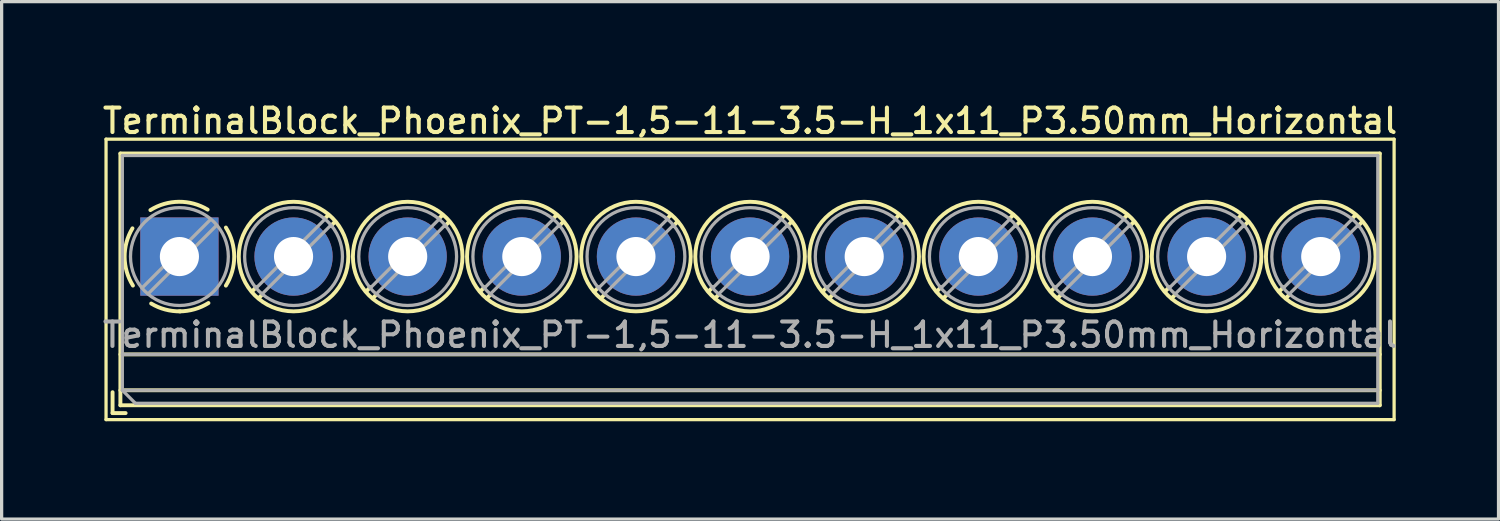
<source format=kicad_pcb>
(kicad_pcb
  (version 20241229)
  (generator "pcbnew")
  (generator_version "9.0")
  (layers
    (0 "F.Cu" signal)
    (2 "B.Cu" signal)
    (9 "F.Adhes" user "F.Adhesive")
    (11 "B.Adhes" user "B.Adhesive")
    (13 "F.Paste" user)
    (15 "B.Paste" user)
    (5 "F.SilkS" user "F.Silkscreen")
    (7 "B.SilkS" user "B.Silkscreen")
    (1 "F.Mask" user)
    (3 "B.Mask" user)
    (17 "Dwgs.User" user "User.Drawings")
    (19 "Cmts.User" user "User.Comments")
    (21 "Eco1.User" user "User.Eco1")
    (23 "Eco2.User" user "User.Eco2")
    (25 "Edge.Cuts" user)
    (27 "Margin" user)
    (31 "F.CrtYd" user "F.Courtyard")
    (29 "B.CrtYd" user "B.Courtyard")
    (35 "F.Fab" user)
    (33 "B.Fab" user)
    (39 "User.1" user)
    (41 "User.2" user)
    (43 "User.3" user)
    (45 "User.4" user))
  (footprint "TerminalBlock_Phoenix_PT-1,5-11-3.5-H_1x11_P3.50mm_Horizontal"
    (layer "F.Cu")
    (at 2.452 4.818)
    (property "Reference" "TerminalBlock_Phoenix_PT-1,5-11-3.5-H_1x11_P3.50mm_Horizontal" (at 17.5 -4.16 0) (layer "F.SilkS") (effects (font (size 0.75 0.75) (thickness 0.125))))
    (attr through_hole)
    (fp_line (start -2.25 -3.6) (end -2.25 5) (stroke (width 0.1) (type solid)) (layer "F.SilkS"))
    (fp_line (start -2.25 5) (end 37.25 5) (stroke (width 0.1) (type solid)) (layer "F.SilkS"))
    (fp_line (start -2.05 4.16) (end -2.05 4.8) (stroke (width 0.12) (type solid)) (layer "F.SilkS"))
    (fp_line (start -2.05 4.8) (end -1.65 4.8) (stroke (width 0.12) (type solid)) (layer "F.SilkS"))
    (fp_line (start -1.81 -3.16) (end -1.81 4.56) (stroke (width 0.12) (type solid)) (layer "F.SilkS"))
    (fp_line (start -1.81 -3.16) (end 36.81 -3.16) (stroke (width 0.12) (type solid)) (layer "F.SilkS"))
    (fp_line (start -1.81 3) (end 36.81 3) (stroke (width 0.12) (type solid)) (layer "F.SilkS"))
    (fp_line (start -1.81 4.1) (end 36.81 4.1) (stroke (width 0.12) (type solid)) (layer "F.SilkS"))
    (fp_line (start -1.81 4.56) (end 36.81 4.56) (stroke (width 0.12) (type solid)) (layer "F.SilkS"))
    (fp_line (start 2.355 0.941) (end 2.226 1.069) (stroke (width 0.12) (type solid)) (layer "F.SilkS"))
    (fp_line (start 2.525 1.181) (end 2.431 1.274) (stroke (width 0.12) (type solid)) (layer "F.SilkS"))
    (fp_line (start 4.57 -1.275) (end 4.476 -1.181) (stroke (width 0.12) (type solid)) (layer "F.SilkS"))
    (fp_line (start 4.775 -1.069) (end 4.646 -0.941) (stroke (width 0.12) (type solid)) (layer "F.SilkS"))
    (fp_line (start 5.855 0.941) (end 5.726 1.069) (stroke (width 0.12) (type solid)) (layer "F.SilkS"))
    (fp_line (start 6.025 1.181) (end 5.931 1.274) (stroke (width 0.12) (type solid)) (layer "F.SilkS"))
    (fp_line (start 8.07 -1.275) (end 7.976 -1.181) (stroke (width 0.12) (type solid)) (layer "F.SilkS"))
    (fp_line (start 8.275 -1.069) (end 8.146 -0.941) (stroke (width 0.12) (type solid)) (layer "F.SilkS"))
    (fp_line (start 9.355 0.941) (end 9.226 1.069) (stroke (width 0.12) (type solid)) (layer "F.SilkS"))
    (fp_line (start 9.525 1.181) (end 9.431 1.274) (stroke (width 0.12) (type solid)) (layer "F.SilkS"))
    (fp_line (start 11.57 -1.275) (end 11.476 -1.181) (stroke (width 0.12) (type solid)) (layer "F.SilkS"))
    (fp_line (start 11.775 -1.069) (end 11.646 -0.941) (stroke (width 0.12) (type solid)) (layer "F.SilkS"))
    (fp_line (start 12.855 0.941) (end 12.726 1.069) (stroke (width 0.12) (type solid)) (layer "F.SilkS"))
    (fp_line (start 13.025 1.181) (end 12.931 1.274) (stroke (width 0.12) (type solid)) (layer "F.SilkS"))
    (fp_line (start 15.07 -1.275) (end 14.976 -1.181) (stroke (width 0.12) (type solid)) (layer "F.SilkS"))
    (fp_line (start 15.275 -1.069) (end 15.146 -0.941) (stroke (width 0.12) (type solid)) (layer "F.SilkS"))
    (fp_line (start 16.355 0.941) (end 16.226 1.069) (stroke (width 0.12) (type solid)) (layer "F.SilkS"))
    (fp_line (start 16.525 1.181) (end 16.431 1.274) (stroke (width 0.12) (type solid)) (layer "F.SilkS"))
    (fp_line (start 18.57 -1.275) (end 18.476 -1.181) (stroke (width 0.12) (type solid)) (layer "F.SilkS"))
    (fp_line (start 18.775 -1.069) (end 18.646 -0.941) (stroke (width 0.12) (type solid)) (layer "F.SilkS"))
    (fp_line (start 19.855 0.941) (end 19.726 1.069) (stroke (width 0.12) (type solid)) (layer "F.SilkS"))
    (fp_line (start 20.025 1.181) (end 19.931 1.274) (stroke (width 0.12) (type solid)) (layer "F.SilkS"))
    (fp_line (start 22.07 -1.275) (end 21.976 -1.181) (stroke (width 0.12) (type solid)) (layer "F.SilkS"))
    (fp_line (start 22.275 -1.069) (end 22.146 -0.941) (stroke (width 0.12) (type solid)) (layer "F.SilkS"))
    (fp_line (start 23.355 0.941) (end 23.226 1.069) (stroke (width 0.12) (type solid)) (layer "F.SilkS"))
    (fp_line (start 23.525 1.181) (end 23.431 1.274) (stroke (width 0.12) (type solid)) (layer "F.SilkS"))
    (fp_line (start 25.57 -1.275) (end 25.476 -1.181) (stroke (width 0.12) (type solid)) (layer "F.SilkS"))
    (fp_line (start 25.775 -1.069) (end 25.646 -0.941) (stroke (width 0.12) (type solid)) (layer "F.SilkS"))
    (fp_line (start 26.855 0.941) (end 26.726 1.069) (stroke (width 0.12) (type solid)) (layer "F.SilkS"))
    (fp_line (start 27.025 1.181) (end 26.931 1.274) (stroke (width 0.12) (type solid)) (layer "F.SilkS"))
    (fp_line (start 29.07 -1.275) (end 28.976 -1.181) (stroke (width 0.12) (type solid)) (layer "F.SilkS"))
    (fp_line (start 29.275 -1.069) (end 29.146 -0.941) (stroke (width 0.12) (type solid)) (layer "F.SilkS"))
    (fp_line (start 30.355 0.941) (end 30.226 1.069) (stroke (width 0.12) (type solid)) (layer "F.SilkS"))
    (fp_line (start 30.525 1.181) (end 30.431 1.274) (stroke (width 0.12) (type solid)) (layer "F.SilkS"))
    (fp_line (start 32.57 -1.275) (end 32.476 -1.181) (stroke (width 0.12) (type solid)) (layer "F.SilkS"))
    (fp_line (start 32.775 -1.069) (end 32.646 -0.941) (stroke (width 0.12) (type solid)) (layer "F.SilkS"))
    (fp_line (start 33.855 0.941) (end 33.726 1.069) (stroke (width 0.12) (type solid)) (layer "F.SilkS"))
    (fp_line (start 34.025 1.181) (end 33.931 1.274) (stroke (width 0.12) (type solid)) (layer "F.SilkS"))
    (fp_line (start 36.07 -1.275) (end 35.976 -1.181) (stroke (width 0.12) (type solid)) (layer "F.SilkS"))
    (fp_line (start 36.275 -1.069) (end 36.146 -0.941) (stroke (width 0.12) (type solid)) (layer "F.SilkS"))
    (fp_line (start 36.81 -3.16) (end 36.81 4.56) (stroke (width 0.12) (type solid)) (layer "F.SilkS"))
    (fp_line (start 37.25 -3.6) (end -2.25 -3.6) (stroke (width 0.1) (type solid)) (layer "F.SilkS"))
    (fp_line (start 37.25 5) (end 37.25 -3.6) (stroke (width 0.1) (type solid)) (layer "F.SilkS"))
    (fp_arc (start -1.425358 0.889894) (mid -1.680286 0.014012) (end -1.44 -0.866) (stroke (width 0.12) (type solid)) (layer "F.SilkS"))
    (fp_arc (start -0.889894 -1.425358) (mid -0.014012 -1.680286) (end 0.866 -1.44) (stroke (width 0.12) (type solid)) (layer "F.SilkS"))
    (fp_arc (start 0.028674 1.680099) (mid -0.435535 1.622918) (end -0.866 1.44) (stroke (width 0.12) (type solid)) (layer "F.SilkS"))
    (fp_arc (start 0.890264 1.424721) (mid 0.463071 1.61492) (end 0 1.68) (stroke (width 0.12) (type solid)) (layer "F.SilkS"))
    (fp_arc (start 1.425504 -0.890193) (mid 1.680626 0.000476) (end 1.425 0.891) (stroke (width 0.12) (type solid)) (layer "F.SilkS"))
    (fp_circle (center 3.5 0) (end 5.18 0) (stroke (width 0.12) (type solid)) (fill no) (layer "F.SilkS"))
    (fp_circle (center 7 0) (end 8.68 0) (stroke (width 0.12) (type solid)) (fill no) (layer "F.SilkS"))
    (fp_circle (center 10.5 0) (end 12.18 0) (stroke (width 0.12) (type solid)) (fill no) (layer "F.SilkS"))
    (fp_circle (center 14 0) (end 15.68 0) (stroke (width 0.12) (type solid)) (fill no) (layer "F.SilkS"))
    (fp_circle (center 17.5 0) (end 19.18 0) (stroke (width 0.12) (type solid)) (fill no) (layer "F.SilkS"))
    (fp_circle (center 21 0) (end 22.68 0) (stroke (width 0.12) (type solid)) (fill no) (layer "F.SilkS"))
    (fp_circle (center 24.5 0) (end 26.18 0) (stroke (width 0.12) (type solid)) (fill no) (layer "F.SilkS"))
    (fp_circle (center 28 0) (end 29.68 0) (stroke (width 0.12) (type solid)) (fill no) (layer "F.SilkS"))
    (fp_circle (center 31.5 0) (end 33.18 0) (stroke (width 0.12) (type solid)) (fill no) (layer "F.SilkS"))
    (fp_circle (center 35 0) (end 36.68 0) (stroke (width 0.12) (type solid)) (fill no) (layer "F.SilkS"))
    (fp_line (start -1.75 -3.1) (end 36.75 -3.1) (stroke (width 0.1) (type solid)) (layer "F.Fab"))
    (fp_line (start -1.75 3) (end 36.75 3) (stroke (width 0.1) (type solid)) (layer "F.Fab"))
    (fp_line (start -1.75 4.1) (end -1.75 -3.1) (stroke (width 0.1) (type solid)) (layer "F.Fab"))
    (fp_line (start -1.75 4.1) (end 36.75 4.1) (stroke (width 0.1) (type solid)) (layer "F.Fab"))
    (fp_line (start -1.35 4.5) (end -1.75 4.1) (stroke (width 0.1) (type solid)) (layer "F.Fab"))
    (fp_line (start 0.955 -1.138) (end -1.138 0.955) (stroke (width 0.1) (type solid)) (layer "F.Fab"))
    (fp_line (start 1.138 -0.955) (end -0.955 1.138) (stroke (width 0.1) (type solid)) (layer "F.Fab"))
    (fp_line (start 4.455 -1.138) (end 2.363 0.955) (stroke (width 0.1) (type solid)) (layer "F.Fab"))
    (fp_line (start 4.638 -0.955) (end 2.546 1.138) (stroke (width 0.1) (type solid)) (layer "F.Fab"))
    (fp_line (start 7.955 -1.138) (end 5.863 0.955) (stroke (width 0.1) (type solid)) (layer "F.Fab"))
    (fp_line (start 8.138 -0.955) (end 6.046 1.138) (stroke (width 0.1) (type solid)) (layer "F.Fab"))
    (fp_line (start 11.455 -1.138) (end 9.363 0.955) (stroke (width 0.1) (type solid)) (layer "F.Fab"))
    (fp_line (start 11.638 -0.955) (end 9.546 1.138) (stroke (width 0.1) (type solid)) (layer "F.Fab"))
    (fp_line (start 14.955 -1.138) (end 12.863 0.955) (stroke (width 0.1) (type solid)) (layer "F.Fab"))
    (fp_line (start 15.138 -0.955) (end 13.046 1.138) (stroke (width 0.1) (type solid)) (layer "F.Fab"))
    (fp_line (start 18.455 -1.138) (end 16.363 0.955) (stroke (width 0.1) (type solid)) (layer "F.Fab"))
    (fp_line (start 18.638 -0.955) (end 16.546 1.138) (stroke (width 0.1) (type solid)) (layer "F.Fab"))
    (fp_line (start 21.955 -1.138) (end 19.863 0.955) (stroke (width 0.1) (type solid)) (layer "F.Fab"))
    (fp_line (start 22.138 -0.955) (end 20.046 1.138) (stroke (width 0.1) (type solid)) (layer "F.Fab"))
    (fp_line (start 25.455 -1.138) (end 23.363 0.955) (stroke (width 0.1) (type solid)) (layer "F.Fab"))
    (fp_line (start 25.638 -0.955) (end 23.546 1.138) (stroke (width 0.1) (type solid)) (layer "F.Fab"))
    (fp_line (start 28.955 -1.138) (end 26.863 0.955) (stroke (width 0.1) (type solid)) (layer "F.Fab"))
    (fp_line (start 29.138 -0.955) (end 27.046 1.138) (stroke (width 0.1) (type solid)) (layer "F.Fab"))
    (fp_line (start 32.455 -1.138) (end 30.363 0.955) (stroke (width 0.1) (type solid)) (layer "F.Fab"))
    (fp_line (start 32.638 -0.955) (end 30.546 1.138) (stroke (width 0.1) (type solid)) (layer "F.Fab"))
    (fp_line (start 35.955 -1.138) (end 33.863 0.955) (stroke (width 0.1) (type solid)) (layer "F.Fab"))
    (fp_line (start 36.138 -0.955) (end 34.046 1.138) (stroke (width 0.1) (type solid)) (layer "F.Fab"))
    (fp_line (start 36.75 -3.1) (end 36.75 4.5) (stroke (width 0.1) (type solid)) (layer "F.Fab"))
    (fp_line (start 36.75 4.5) (end -1.35 4.5) (stroke (width 0.1) (type solid)) (layer "F.Fab"))
    (fp_circle (center 0 0) (end 1.5 0) (stroke (width 0.1) (type solid)) (fill no) (layer "F.Fab"))
    (fp_circle (center 3.5 0) (end 5 0) (stroke (width 0.1) (type solid)) (fill no) (layer "F.Fab"))
    (fp_circle (center 7 0) (end 8.5 0) (stroke (width 0.1) (type solid)) (fill no) (layer "F.Fab"))
    (fp_circle (center 10.5 0) (end 12 0) (stroke (width 0.1) (type solid)) (fill no) (layer "F.Fab"))
    (fp_circle (center 14 0) (end 15.5 0) (stroke (width 0.1) (type solid)) (fill no) (layer "F.Fab"))
    (fp_circle (center 17.5 0) (end 19 0) (stroke (width 0.1) (type solid)) (fill no) (layer "F.Fab"))
    (fp_circle (center 21 0) (end 22.5 0) (stroke (width 0.1) (type solid)) (fill no) (layer "F.Fab"))
    (fp_circle (center 24.5 0) (end 26 0) (stroke (width 0.1) (type solid)) (fill no) (layer "F.Fab"))
    (fp_circle (center 28 0) (end 29.5 0) (stroke (width 0.1) (type solid)) (fill no) (layer "F.Fab"))
    (fp_circle (center 31.5 0) (end 33 0) (stroke (width 0.1) (type solid)) (fill no) (layer "F.Fab"))
    (fp_circle (center 35 0) (end 36.5 0) (stroke (width 0.1) (type solid)) (fill no) (layer "F.Fab"))
    (fp_text user "${REFERENCE}" (at 17.5 2.4 0) (layer "F.Fab") (effects (font (size 0.75 0.75) (thickness 0.125))))
    (pad "1" thru_hole rect (at 0 0) (size 2.4 2.4) (drill 1.2) (layers "*.Cu" "*.Mask"))
    (pad "2" thru_hole circle (at 3.5 0) (size 2.4 2.4) (drill 1.2) (layers "*.Cu" "*.Mask"))
    (pad "3" thru_hole circle (at 7 0) (size 2.4 2.4) (drill 1.2) (layers "*.Cu" "*.Mask"))
    (pad "4" thru_hole circle (at 10.5 0) (size 2.4 2.4) (drill 1.2) (layers "*.Cu" "*.Mask"))
    (pad "5" thru_hole circle (at 14 0) (size 2.4 2.4) (drill 1.2) (layers "*.Cu" "*.Mask"))
    (pad "6" thru_hole circle (at 17.5 0) (size 2.4 2.4) (drill 1.2) (layers "*.Cu" "*.Mask"))
    (pad "7" thru_hole circle (at 21 0) (size 2.4 2.4) (drill 1.2) (layers "*.Cu" "*.Mask"))
    (pad "8" thru_hole circle (at 24.5 0) (size 2.4 2.4) (drill 1.2) (layers "*.Cu" "*.Mask"))
    (pad "9" thru_hole circle (at 28 0) (size 2.4 2.4) (drill 1.2) (layers "*.Cu" "*.Mask"))
    (pad "10" thru_hole circle (at 31.5 0) (size 2.4 2.4) (drill 1.2) (layers "*.Cu" "*.Mask"))
    (pad "11" thru_hole circle (at 35 0) (size 2.4 2.4) (drill 1.2) (layers "*.Cu" "*.Mask")))
  (gr_rect
    (start -3 -3)
    (end 42.904 12.868)
    (stroke (width 0.1) (type default))
    (fill no)
    (layer "Edge.Cuts")))
</source>
